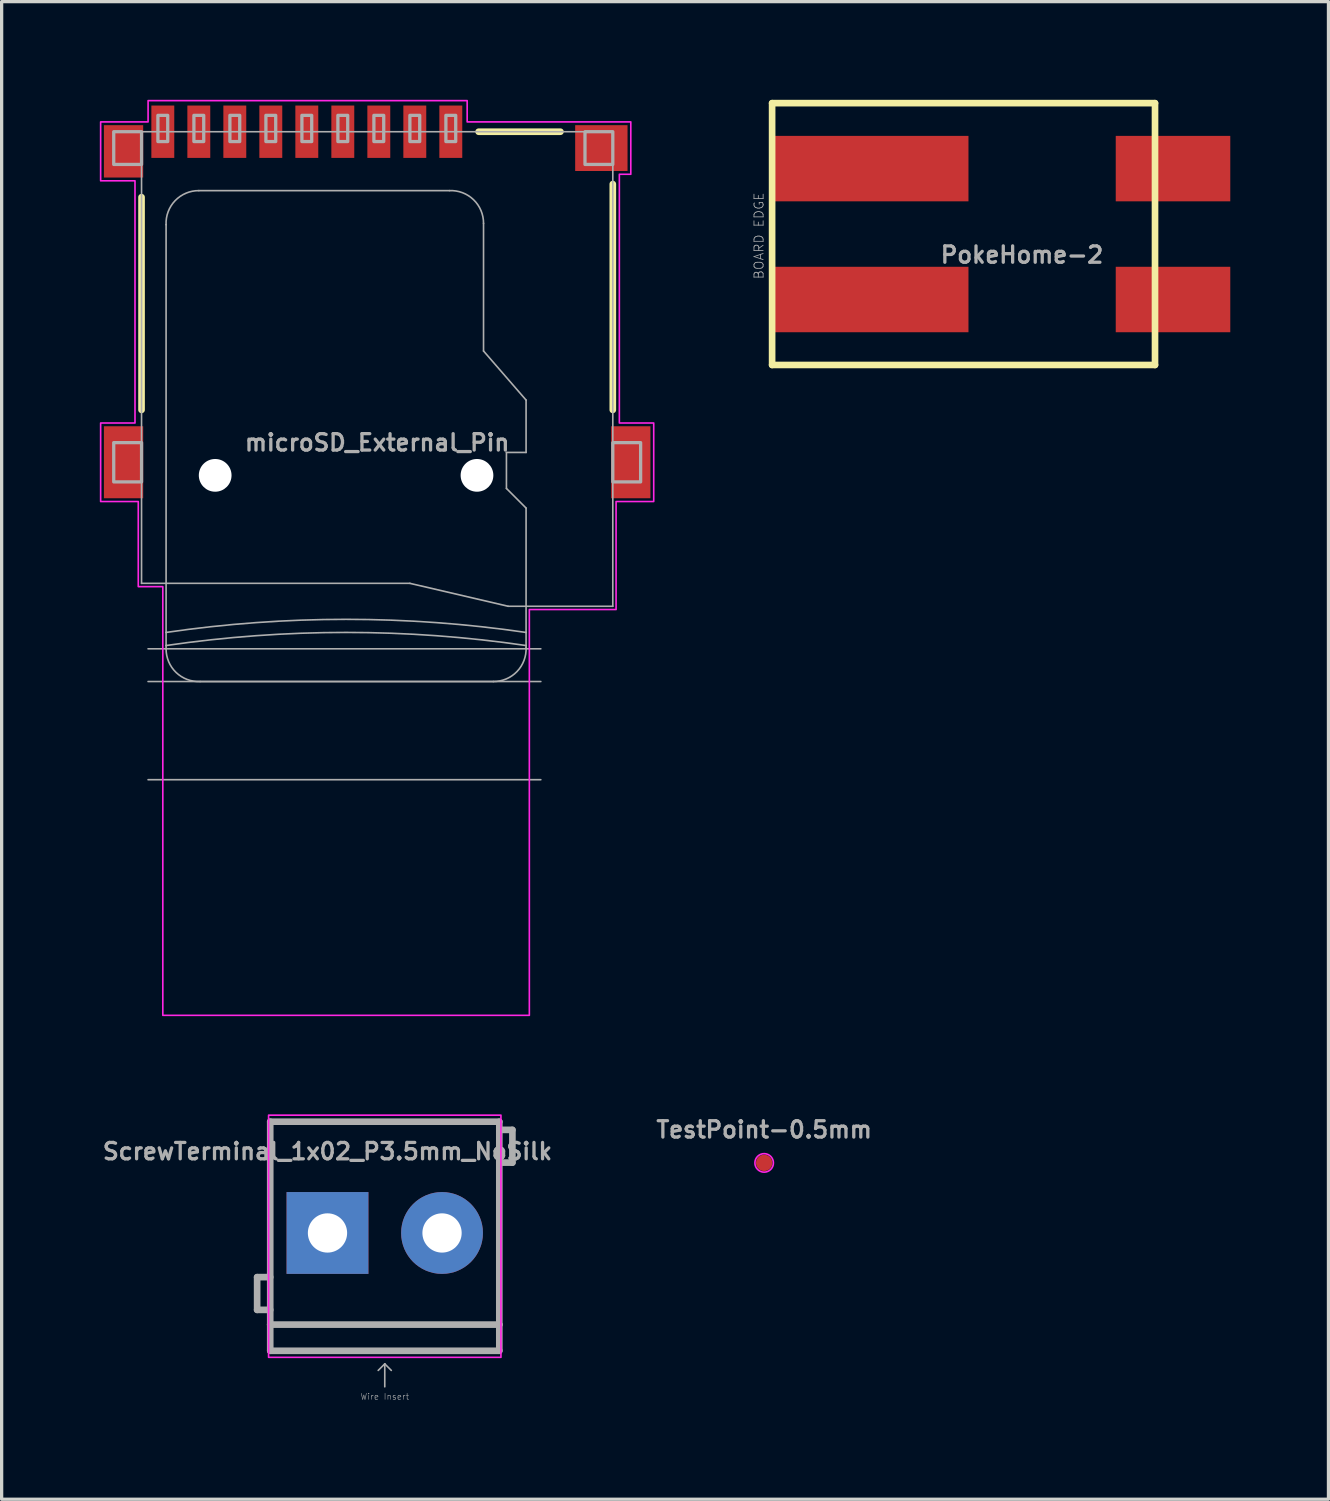
<source format=kicad_pcb>
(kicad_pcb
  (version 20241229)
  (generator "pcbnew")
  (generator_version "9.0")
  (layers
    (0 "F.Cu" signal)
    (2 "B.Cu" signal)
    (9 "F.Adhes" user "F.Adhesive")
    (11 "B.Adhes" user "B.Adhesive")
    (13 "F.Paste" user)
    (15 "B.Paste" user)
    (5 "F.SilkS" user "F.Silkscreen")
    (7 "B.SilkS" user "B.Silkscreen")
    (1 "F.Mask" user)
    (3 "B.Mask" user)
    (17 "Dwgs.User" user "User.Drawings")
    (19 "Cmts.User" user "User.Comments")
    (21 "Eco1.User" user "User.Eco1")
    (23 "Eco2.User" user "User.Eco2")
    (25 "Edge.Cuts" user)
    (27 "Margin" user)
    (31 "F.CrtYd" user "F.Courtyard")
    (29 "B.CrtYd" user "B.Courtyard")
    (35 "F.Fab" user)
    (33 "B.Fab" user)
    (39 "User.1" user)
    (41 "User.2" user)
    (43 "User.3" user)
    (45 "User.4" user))
  (footprint "TestPoint-0.5mm"
    (layer "F.Cu")
    (at 20.3 32.484)
    (property "Reference" "TestPoint-0.5mm" (at 0 -1.016 0) (layer "F.Fab") (effects (font (size 0.5 0.5) (thickness 0.1) (bold yes))))
    (fp_circle (center 0 0) (end 0.283 0) (stroke (width 0.05) (type default)) (fill no) (layer "F.CrtYd"))
    (pad "1" smd circle (at 0 0) (size 0.5 0.5) (layers "F.Cu" "F.Mask")))
  (footprint "PokeHome-2"
    (layer "F.Cu")
    (at 27.543 4.102)
    (property "Reference" "PokeHome-2" (at 0.635 0.635 0) (layer "F.Fab") (effects (font (size 0.5 0.5) (thickness 0.1))))
    (attr smd)
    (fp_line (start -7 -4) (end 4.7 -4) (stroke (width 0.203) (type solid)) (layer "F.SilkS"))
    (fp_line (start -7 4) (end -7 -4) (stroke (width 0.203) (type solid)) (layer "F.SilkS"))
    (fp_line (start 4.7 -4) (end 4.7 4) (stroke (width 0.203) (type solid)) (layer "F.SilkS"))
    (fp_line (start 4.7 4) (end -7 4) (stroke (width 0.203) (type solid)) (layer "F.SilkS"))
    (fp_text user "BOARD EDGE" (at -7.239 1.397 90) (layer "F.Fab") (effects (font (size 0.28 0.28) (thickness 0.024)) (justify left bottom)))
    (pad "P1" smd rect (at 5.25 -2) (size 3.5 2) (layers "F.Cu" "F.Mask" "F.Paste"))
    (pad "P2" smd rect (at 5.25 2) (size 3.5 2) (layers "F.Cu" "F.Mask" "F.Paste"))
    (pad "P3" smd rect (at -4 -2) (size 6 2) (layers "F.Cu" "F.Mask" "F.Paste"))
    (pad "P4" smd rect (at -4 2) (size 6 2) (layers "F.Cu" "F.Mask" "F.Paste")))
  (footprint "ScrewTerminal_1x02_P3.5mm_NoSilk"
    (layer "F.Cu")
    (at 6.957 34.625)
    (property "Reference" "ScrewTerminal_1x02_P3.5mm_NoSilk" (at 0 -2.2 0) (layer "F.Fab") (effects (font (size 0.5 0.5) (thickness 0.1)) (justify bottom)))
    (attr through_hole)
    (fp_rect (start -1.8 -3.6) (end 5.3 3.8) (stroke (width 0.05) (type default)) (fill no) (layer "F.CrtYd"))
    (fp_line (start -2.15 1.35) (end -2.15 2.35) (stroke (width 0.203) (type solid)) (layer "F.Fab"))
    (fp_line (start -2.15 2.35) (end -1.75 2.35) (stroke (width 0.203) (type solid)) (layer "F.Fab"))
    (fp_line (start -1.75 -3.4) (end 5.25 -3.4) (stroke (width 0.203) (type solid)) (layer "F.Fab"))
    (fp_line (start -1.75 1.35) (end -2.15 1.35) (stroke (width 0.203) (type solid)) (layer "F.Fab"))
    (fp_line (start -1.75 2.8) (end -1.75 -3.4) (stroke (width 0.203) (type solid)) (layer "F.Fab"))
    (fp_line (start -1.75 3.6) (end -1.75 2.8) (stroke (width 0.203) (type solid)) (layer "F.Fab"))
    (fp_line (start 1.75 4) (end 1.55 4.2) (stroke (width 0.05) (type solid)) (layer "F.Fab"))
    (fp_line (start 1.75 4) (end 1.95 4.2) (stroke (width 0.05) (type solid)) (layer "F.Fab"))
    (fp_line (start 1.75 4.7) (end 1.75 4) (stroke (width 0.05) (type solid)) (layer "F.Fab"))
    (fp_line (start 5.25 -3.4) (end 5.25 2.8) (stroke (width 0.203) (type solid)) (layer "F.Fab"))
    (fp_line (start 5.25 -3.15) (end 5.65 -3.15) (stroke (width 0.203) (type solid)) (layer "F.Fab"))
    (fp_line (start 5.25 2.8) (end -1.75 2.8) (stroke (width 0.203) (type solid)) (layer "F.Fab"))
    (fp_line (start 5.25 2.8) (end 5.25 3.6) (stroke (width 0.203) (type solid)) (layer "F.Fab"))
    (fp_line (start 5.25 3.6) (end -1.75 3.6) (stroke (width 0.203) (type solid)) (layer "F.Fab"))
    (fp_line (start 5.65 -3.15) (end 5.65 -2.15) (stroke (width 0.203) (type solid)) (layer "F.Fab"))
    (fp_line (start 5.65 -2.15) (end 5.25 -2.15) (stroke (width 0.203) (type solid)) (layer "F.Fab"))
    (fp_text user "Wire Insert" (at 1.75 5 180) (layer "F.Fab") (effects (font (size 0.184 0.184) (thickness 0.016))))
    (pad "1" thru_hole rect (at 0 0) (size 2.5 2.5) (drill 1.2) (layers "*.Cu" "*.Mask"))
    (pad "2" thru_hole circle (at 3.5 0) (size 2.5 2.5) (drill 1.2) (layers "*.Cu" "*.Mask")))
  (footprint "microSD_External_Pin"
    (layer "F.Cu")
    (at 8.475 11.475)
    (property "Reference" "microSD_External_Pin" (at 0 -1 0) (layer "F.Fab") (effects (font (size 0.5 0.5) (thickness 0.1))))
    (attr smd)
    (fp_line (start -7.2 -2) (end -7.2 -8.5) (stroke (width 0.203) (type solid)) (layer "F.SilkS"))
    (fp_line (start 3.1 -10.5) (end 5.6 -10.5) (stroke (width 0.203) (type solid)) (layer "F.SilkS"))
    (fp_line (start 7.2 -8.9) (end 7.2 -2) (stroke (width 0.203) (type solid)) (layer "F.SilkS"))
    (fp_poly (pts (xy -8.45 -10.8) (xy -7 -10.8) (xy -7 -11.45) (xy 2.75 -11.45) (xy 2.75 -10.8) (xy 7.75 -10.8) (xy 7.75 -9.2) (xy 7.4 -9.2) (xy 7.4 -1.6) (xy 8.45 -1.6) (xy 8.45 0.8) (xy 7.3 0.8) (xy 7.3 4.1) (xy 4.65 4.1) (xy 4.65 16.5) (xy -6.55 16.5) (xy -6.55 3.4) (xy -7.3 3.4) (xy -7.3 0.8) (xy -8.45 0.8) (xy -8.45 -1.6) (xy -7.4 -1.6) (xy -7.4 -9) (xy -8.45 -9)) (stroke (width 0.05) (type solid)) (fill no) (layer "F.CrtYd"))
    (fp_line (start -7.2 -10.5) (end 7.2 -10.5) (stroke (width 0.05) (type solid)) (layer "F.Fab"))
    (fp_line (start -7.2 3.3) (end -7.2 -10.5) (stroke (width 0.05) (type solid)) (layer "F.Fab"))
    (fp_line (start -6.45 -7.66) (end -6.45 4.8) (stroke (width 0.05) (type solid)) (layer "F.Fab"))
    (fp_line (start -6.45 4.8) (end -6.45 5.2) (stroke (width 0.05) (type solid)) (layer "F.Fab"))
    (fp_line (start -6.45 5.2) (end -6.45 5.3) (stroke (width 0.05) (type solid)) (layer "F.Fab"))
    (fp_line (start -5.41 6.3) (end 3.55 6.3) (stroke (width 0.05) (type solid)) (layer "F.Fab"))
    (fp_line (start 1 3.3) (end -7.2 3.3) (stroke (width 0.05) (type solid)) (layer "F.Fab"))
    (fp_line (start 2.21 -8.7) (end -5.45 -8.7) (stroke (width 0.05) (type solid)) (layer "F.Fab"))
    (fp_line (start 3.25 -3.8) (end 3.25 -7.7) (stroke (width 0.05) (type solid)) (layer "F.Fab"))
    (fp_line (start 3.95 -0.7) (end 3.95 0.4) (stroke (width 0.05) (type solid)) (layer "F.Fab"))
    (fp_line (start 3.95 0.4) (end 4.55 1) (stroke (width 0.05) (type solid)) (layer "F.Fab"))
    (fp_line (start 4 4) (end 1 3.3) (stroke (width 0.05) (type solid)) (layer "F.Fab"))
    (fp_line (start 4.55 -2.3) (end 3.25 -3.8) (stroke (width 0.05) (type solid)) (layer "F.Fab"))
    (fp_line (start 4.55 -0.7) (end 3.95 -0.7) (stroke (width 0.05) (type solid)) (layer "F.Fab"))
    (fp_line (start 4.55 -0.7) (end 4.55 -2.3) (stroke (width 0.05) (type solid)) (layer "F.Fab"))
    (fp_line (start 4.55 4.8) (end 4.55 1) (stroke (width 0.05) (type solid)) (layer "F.Fab"))
    (fp_line (start 4.55 5.2) (end 4.55 4.8) (stroke (width 0.05) (type solid)) (layer "F.Fab"))
    (fp_line (start 4.55 5.26) (end 4.55 5.2) (stroke (width 0.05) (type solid)) (layer "F.Fab"))
    (fp_line (start 5 5.3) (end -7 5.3) (stroke (width 0.05) (type solid)) (layer "F.Fab"))
    (fp_line (start 5 6.3) (end -7 6.3) (stroke (width 0.05) (type solid)) (layer "F.Fab"))
    (fp_line (start 5 9.3) (end -7 9.3) (stroke (width 0.05) (type solid)) (layer "F.Fab"))
    (fp_line (start 7.2 -10.5) (end 7.2 4) (stroke (width 0.05) (type solid)) (layer "F.Fab"))
    (fp_line (start 7.2 4) (end 4 4) (stroke (width 0.05) (type solid)) (layer "F.Fab"))
    (fp_arc (start -6.45 -7.66) (mid -6.173012 -8.394435) (end -5.449999 -8.7) (stroke (width 0.05) (type solid)) (layer "F.Fab"))
    (fp_arc (start -6.45 4.8) (mid -0.95 4.399862) (end 4.55 4.8) (stroke (width 0.05) (type solid)) (layer "F.Fab"))
    (fp_arc (start -6.45 5.2) (mid -0.95 4.799862) (end 4.55 5.2) (stroke (width 0.05) (type solid)) (layer "F.Fab"))
    (fp_arc (start -5.41 6.3) (mid -6.144435 6.023012) (end -6.45 5.299999) (stroke (width 0.05) (type solid)) (layer "F.Fab"))
    (fp_arc (start 2.21 -8.7) (mid 2.944435 -8.423012) (end 3.25 -7.699999) (stroke (width 0.05) (type solid)) (layer "F.Fab"))
    (fp_arc (start 4.55 5.26) (mid 4.273012 5.994435) (end 3.549999 6.3) (stroke (width 0.05) (type solid)) (layer "F.Fab"))
    (fp_poly (pts (xy -8.05 -9.5) (xy -7.2 -9.5) (xy -7.2 -10.5) (xy -8.05 -10.5)) (stroke (width 0.1) (type default)) (fill no) (layer "F.Fab"))
    (fp_poly (pts (xy -8.05 0.2) (xy -7.2 0.2) (xy -7.2 -1) (xy -8.05 -1)) (stroke (width 0.1) (type default)) (fill no) (layer "F.Fab"))
    (fp_poly (pts (xy -6.7 -10.2) (xy -6.4 -10.2) (xy -6.4 -11) (xy -6.7 -11)) (stroke (width 0.1) (type default)) (fill no) (layer "F.Fab"))
    (fp_poly (pts (xy -5.6 -10.2) (xy -5.3 -10.2) (xy -5.3 -11) (xy -5.6 -11)) (stroke (width 0.1) (type default)) (fill no) (layer "F.Fab"))
    (fp_poly (pts (xy -4.5 -10.2) (xy -4.2 -10.2) (xy -4.2 -11) (xy -4.5 -11)) (stroke (width 0.1) (type default)) (fill no) (layer "F.Fab"))
    (fp_poly (pts (xy -3.4 -10.2) (xy -3.1 -10.2) (xy -3.1 -11) (xy -3.4 -11)) (stroke (width 0.1) (type default)) (fill no) (layer "F.Fab"))
    (fp_poly (pts (xy -2.3 -10.2) (xy -2 -10.2) (xy -2 -11) (xy -2.3 -11)) (stroke (width 0.1) (type default)) (fill no) (layer "F.Fab"))
    (fp_poly (pts (xy -1.2 -10.2) (xy -0.9 -10.2) (xy -0.9 -11) (xy -1.2 -11)) (stroke (width 0.1) (type default)) (fill no) (layer "F.Fab"))
    (fp_poly (pts (xy -0.1 -10.2) (xy 0.2 -10.2) (xy 0.2 -11) (xy -0.1 -11)) (stroke (width 0.1) (type default)) (fill no) (layer "F.Fab"))
    (fp_poly (pts (xy 1 -10.2) (xy 1.3 -10.2) (xy 1.3 -11) (xy 1 -11)) (stroke (width 0.1) (type default)) (fill no) (layer "F.Fab"))
    (fp_poly (pts (xy 2.1 -10.2) (xy 2.4 -10.2) (xy 2.4 -11) (xy 2.1 -11)) (stroke (width 0.1) (type default)) (fill no) (layer "F.Fab"))
    (fp_poly (pts (xy 6.35 -9.5) (xy 7.2 -9.5) (xy 7.2 -10.5) (xy 6.35 -10.5)) (stroke (width 0.1) (type default)) (fill no) (layer "F.Fab"))
    (fp_poly (pts (xy 8.05 -1) (xy 7.2 -1) (xy 7.2 0.2) (xy 8.05 0.2)) (stroke (width 0.1) (type default)) (fill no) (layer "F.Fab"))
    (pad "" np_thru_hole circle (at -4.95 0) (size 1 1) (drill 1) (layers "*.Cu" "*.Mask"))
    (pad "" np_thru_hole circle (at 3.05 0) (size 1 1) (drill 1) (layers "*.Cu" "*.Mask"))
    (pad "1" smd rect (at 2.25 -10.5 90) (size 1.6 0.7) (layers "F.Cu" "F.Mask" "F.Paste"))
    (pad "2" smd rect (at 1.15 -10.5 90) (size 1.6 0.7) (layers "F.Cu" "F.Mask" "F.Paste"))
    (pad "3" smd rect (at 0.05 -10.5 90) (size 1.6 0.7) (layers "F.Cu" "F.Mask" "F.Paste"))
    (pad "4" smd rect (at -1.05 -10.5 90) (size 1.6 0.7) (layers "F.Cu" "F.Mask" "F.Paste"))
    (pad "5" smd rect (at -2.15 -10.5 90) (size 1.6 0.7) (layers "F.Cu" "F.Mask" "F.Paste"))
    (pad "6" smd rect (at -3.25 -10.5 90) (size 1.6 0.7) (layers "F.Cu" "F.Mask" "F.Paste"))
    (pad "7" smd rect (at -4.35 -10.5 90) (size 1.6 0.7) (layers "F.Cu" "F.Mask" "F.Paste"))
    (pad "8" smd rect (at -5.45 -10.5 90) (size 1.6 0.7) (layers "F.Cu" "F.Mask" "F.Paste"))
    (pad "9" smd rect (at -6.55 -10.5 90) (size 1.6 0.7) (layers "F.Cu" "F.Mask" "F.Paste"))
    (pad "10" smd rect (at -7.75 -9.9) (size 1.2 1.6) (layers "F.Cu" "F.Mask" "F.Paste"))
    (pad "11" smd rect (at -7.75 -0.4) (size 1.2 2.2) (layers "F.Cu" "F.Mask" "F.Paste"))
    (pad "12" smd rect (at 7.75 -0.4) (size 1.2 2.2) (layers "F.Cu" "F.Mask" "F.Paste"))
    (pad "13" smd rect (at 6.85 -10) (size 1.6 1.4) (layers "F.Cu" "F.Mask" "F.Paste"))
    (zone (net_name "") (layer "F.Cu") (hatch edge 0.5) (connect_pads) (min_thickness 0.25) (filled_areas_thickness no) (keepout (tracks not_allowed) (vias not_allowed) (pads not_allowed) (copperpour not_allowed) (footprints allowed)) (placement (enabled no)) (fill) (polygon (pts (xy 0.775 6.775) (xy 1.475 6.775) (xy 1.475 2.775) (xy 0.775 2.775))))
    (zone (net_name "") (layer "F.Cu") (hatch edge 0.5) (connect_pads) (min_thickness 0.25) (filled_areas_thickness no) (keepout (tracks not_allowed) (vias not_allowed) (pads not_allowed) (copperpour not_allowed) (footprints allowed)) (placement (enabled no)) (fill) (polygon (pts (xy 2.375 7.375) (xy 11.375 7.375) (xy 11.375 5.375) (xy 2.375 5.375)))))
  (gr_rect
    (start -3 -3)
    (end 37.543 42.761)
    (stroke (width 0.1) (type default))
    (fill no)
    (layer "Edge.Cuts")))
</source>
